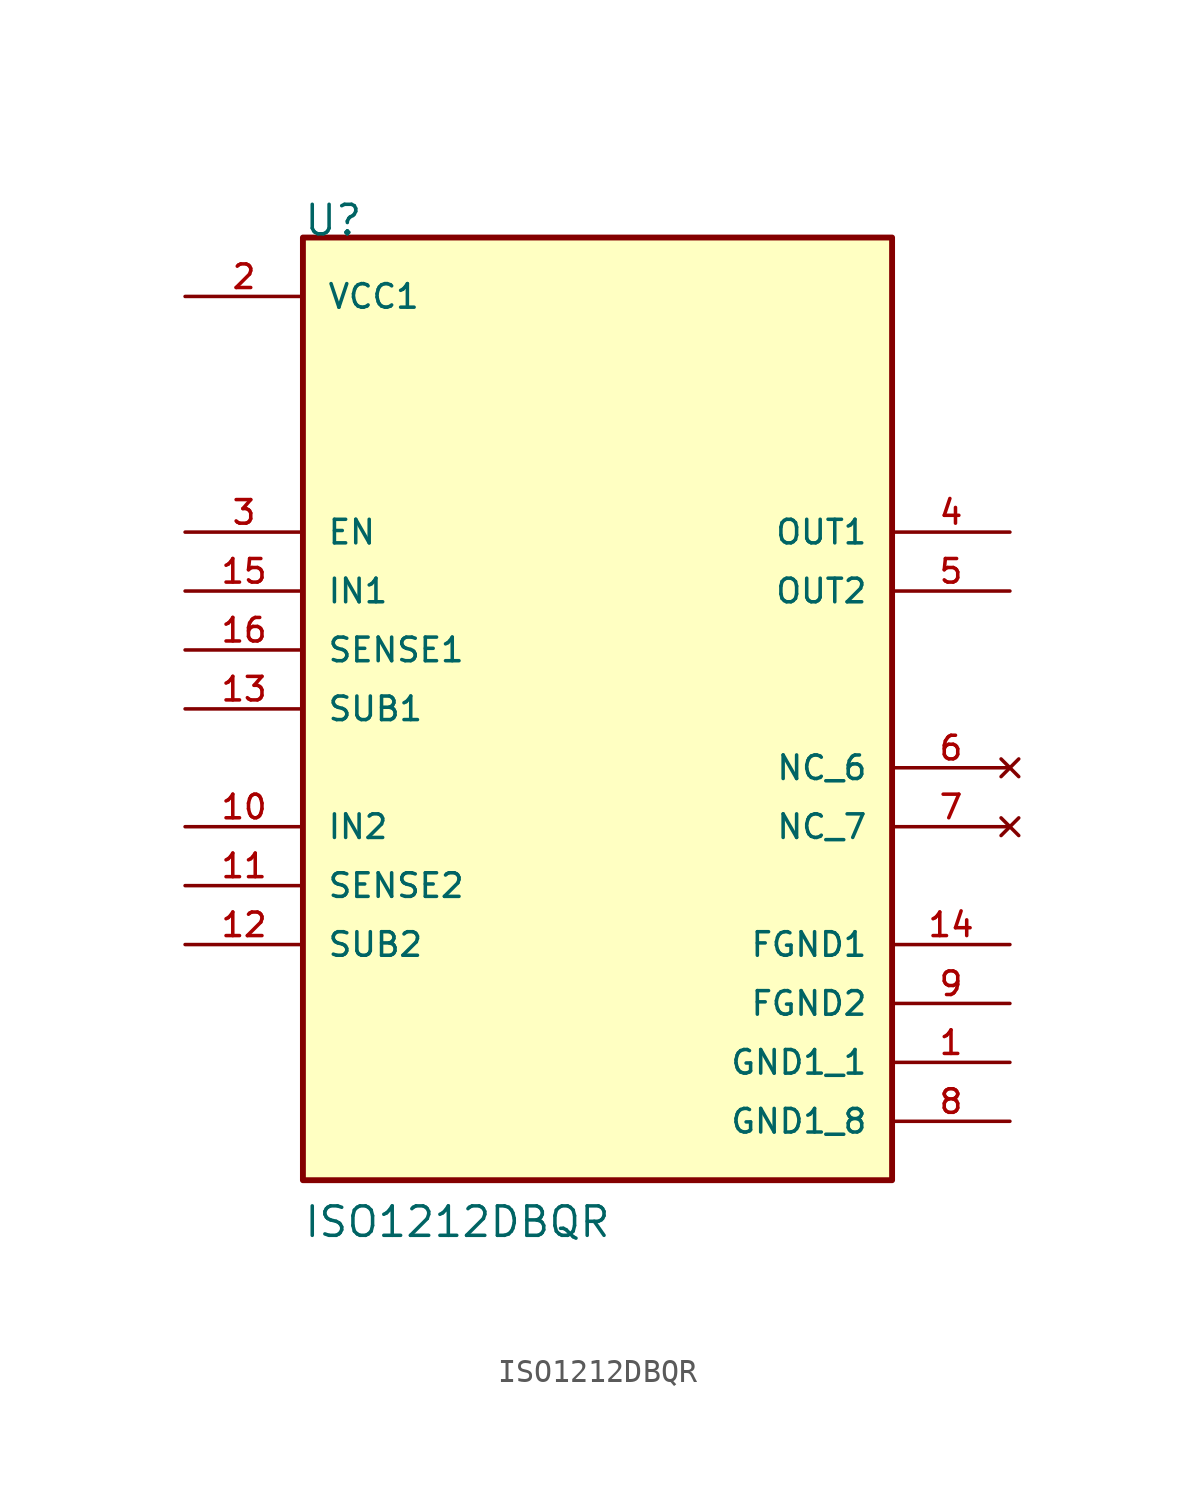
<source format=kicad_sym>
(kicad_symbol_lib
  (version 20211014)
  (generator kicad_symbol_editor)
  (symbol "ISO1212DBQR"
    (pin_names
      (offset 1.016))
    (property "Reference" "U"
      (at -12.7 20.32 0)
      (effects (font (size 1.27 1.27)) (justify bottom left)))
    (property "Value" "ISO1212DBQR"
      (at -12.7 -22.86 0)
      (effects (font (size 1.27 1.27)) (justify bottom left)))
    (symbol "ISO1212DBQR_0_0"
      (rectangle (start -12.7 -20.32) (end 12.7 20.32) (stroke (width 0.254)) (fill (type background)))
      (pin input line (at -17.78 7.62 0) (length 5.08) (name "EN" (effects (font (size 1.016 1.016)))) (number "3" (effects (font (size 1.016 1.016)))))
      (pin output line (at 17.78 7.62 180.0) (length 5.08) (name "OUT1" (effects (font (size 1.016 1.016)))) (number "4" (effects (font (size 1.016 1.016)))))
      (pin output line (at 17.78 5.08 180.0) (length 5.08) (name "OUT2" (effects (font (size 1.016 1.016)))) (number "5" (effects (font (size 1.016 1.016)))))
      (pin no_connect line (at 17.78 -2.54 180.0) (length 5.08) (name "NC_6" (effects (font (size 1.016 1.016)))) (number "6" (effects (font (size 1.016 1.016)))))
      (pin no_connect line (at 17.78 -5.08 180.0) (length 5.08) (name "NC_7" (effects (font (size 1.016 1.016)))) (number "7" (effects (font (size 1.016 1.016)))))
      (pin power_in line (at 17.78 -17.78 180.0) (length 5.08) (name "GND1_8" (effects (font (size 1.016 1.016)))) (number "8" (effects (font (size 1.016 1.016)))))
      (pin power_in line (at 17.78 -12.7 180.0) (length 5.08) (name "FGND2" (effects (font (size 1.016 1.016)))) (number "9" (effects (font (size 1.016 1.016)))))
      (pin input line (at -17.78 -5.08 0) (length 5.08) (name "IN2" (effects (font (size 1.016 1.016)))) (number "10" (effects (font (size 1.016 1.016)))))
      (pin power_in line (at -17.78 17.78 0) (length 5.08) (name "VCC1" (effects (font (size 1.016 1.016)))) (number "2" (effects (font (size 1.016 1.016)))))
      (pin power_in line (at 17.78 -15.24 180.0) (length 5.08) (name "GND1_1" (effects (font (size 1.016 1.016)))) (number "1" (effects (font (size 1.016 1.016)))))
      (pin input line (at -17.78 -7.62 0) (length 5.08) (name "SENSE2" (effects (font (size 1.016 1.016)))) (number "11" (effects (font (size 1.016 1.016)))))
      (pin passive line (at -17.78 -10.16 0) (length 5.08) (name "SUB2" (effects (font (size 1.016 1.016)))) (number "12" (effects (font (size 1.016 1.016)))))
      (pin passive line (at -17.78 0.0 0) (length 5.08) (name "SUB1" (effects (font (size 1.016 1.016)))) (number "13" (effects (font (size 1.016 1.016)))))
      (pin power_in line (at 17.78 -10.16 180.0) (length 5.08) (name "FGND1" (effects (font (size 1.016 1.016)))) (number "14" (effects (font (size 1.016 1.016)))))
      (pin input line (at -17.78 5.08 0) (length 5.08) (name "IN1" (effects (font (size 1.016 1.016)))) (number "15" (effects (font (size 1.016 1.016)))))
      (pin input line (at -17.78 2.54 0) (length 5.08) (name "SENSE1" (effects (font (size 1.016 1.016)))) (number "16" (effects (font (size 1.016 1.016))))))))
</source>
